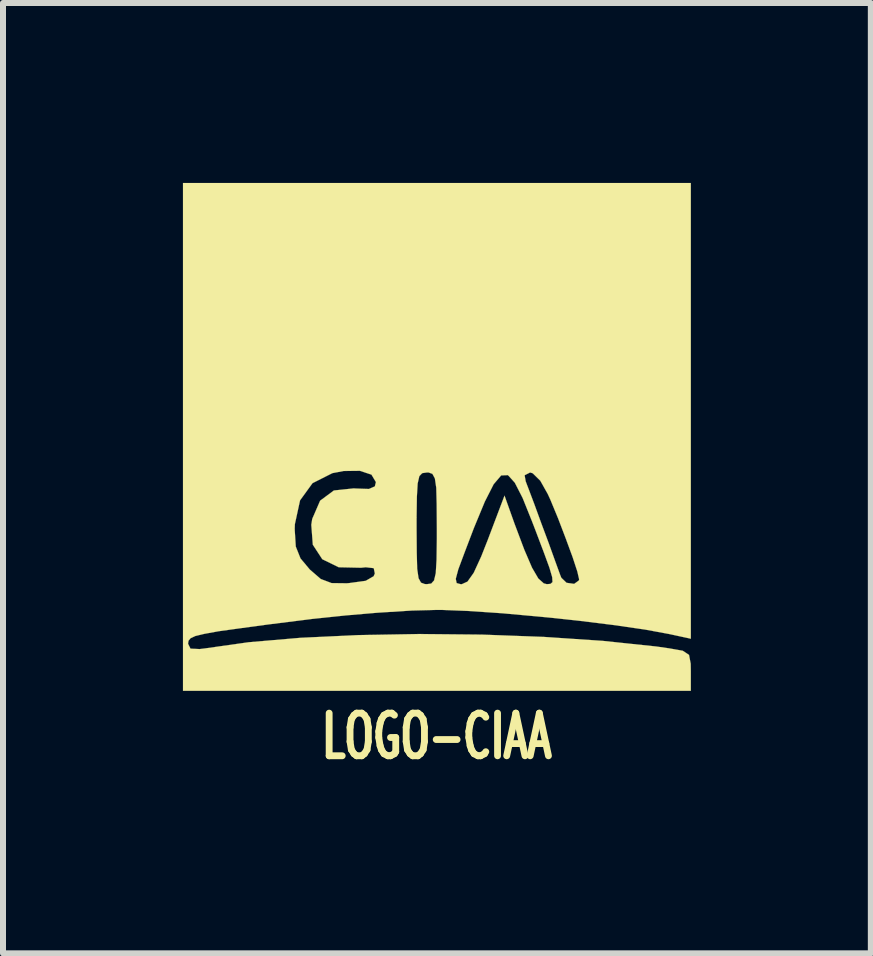
<source format=kicad_pcb>
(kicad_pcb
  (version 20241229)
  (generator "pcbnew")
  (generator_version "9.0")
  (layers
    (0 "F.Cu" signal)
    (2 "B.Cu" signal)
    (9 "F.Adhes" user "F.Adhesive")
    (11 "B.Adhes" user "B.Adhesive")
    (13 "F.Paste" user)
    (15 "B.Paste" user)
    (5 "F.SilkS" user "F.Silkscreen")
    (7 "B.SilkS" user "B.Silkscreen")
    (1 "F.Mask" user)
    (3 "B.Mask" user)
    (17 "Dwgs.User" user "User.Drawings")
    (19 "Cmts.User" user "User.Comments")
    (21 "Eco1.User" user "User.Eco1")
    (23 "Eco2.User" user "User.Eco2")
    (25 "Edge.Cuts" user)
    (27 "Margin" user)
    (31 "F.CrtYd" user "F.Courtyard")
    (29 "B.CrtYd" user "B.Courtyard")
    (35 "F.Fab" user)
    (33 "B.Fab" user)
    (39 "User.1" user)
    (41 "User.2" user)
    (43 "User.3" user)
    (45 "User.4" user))
  (footprint "LOGO-CIAA"
    (layer "F.Cu")
    (at 4.233 4.233)
    (property "Reference" "LOGO-CIAA" (at 0 4.994 0) (layer "F.SilkS") (effects (font (size 0.711 0.457) (thickness 0.114))))
    (attr through_hole)
    (fp_poly (pts (xy 4.234 4.234) (xy 0 4.234) (xy -4.232 4.234) (xy -4.232 0) (xy -4.232 -4.232) (xy 0 -4.232) (xy 4.234 -4.232) (xy 4.234 -0.434) (xy 4.234 3.365) (xy 3.873 3.287) (xy 3.472 3.213) (xy 2.946 3.137) (xy 2.372 3.066) (xy 2.372 2.375) (xy 2.342 2.245) (xy 2.263 2.004) (xy 2.149 1.694) (xy 2.022 1.361) (xy 1.892 1.046) (xy 1.849 0.953) (xy 1.725 0.732) (xy 1.598 0.607) (xy 1.554 0.594) (xy 1.463 0.64) (xy 1.481 0.742) (xy 1.532 0.876) (xy 1.626 1.125) (xy 1.74 1.438) (xy 1.862 1.765) (xy 1.971 2.068) (xy 2.052 2.291) (xy 2.075 2.349) (xy 2.162 2.433) (xy 2.289 2.451) (xy 2.367 2.395) (xy 2.372 2.375) (xy 2.372 3.066) (xy 2.344 3.063) (xy 1.928 3.018) (xy 1.928 2.421) (xy 1.923 2.339) (xy 1.877 2.182) (xy 1.783 1.925) (xy 1.638 1.542) (xy 1.582 1.397) (xy 1.43 1.019) (xy 1.3 0.765) (xy 1.186 0.638) (xy 1.072 0.643) (xy 0.947 0.79) (xy 0.8 1.079) (xy 0.617 1.521) (xy 0.462 1.928) (xy 0.358 2.207) (xy 0.315 2.367) (xy 0.33 2.438) (xy 0.396 2.456) (xy 0.417 2.456) (xy 0.511 2.413) (xy 0.615 2.266) (xy 0.739 1.996) (xy 0.848 1.72) (xy 1.128 0.98) (xy 1.293 1.443) (xy 1.458 1.882) (xy 1.587 2.182) (xy 1.692 2.362) (xy 1.783 2.443) (xy 1.834 2.456) (xy 1.895 2.451) (xy 1.928 2.421) (xy 1.928 3.018) (xy 1.709 2.997) (xy 1.09 2.941) (xy 0.531 2.903) (xy 0.079 2.885) (xy 0 2.885) (xy 0 1.699) (xy 0 1.524) (xy -0.003 1.118) (xy -0.01 0.848) (xy -0.033 0.693) (xy -0.074 0.617) (xy -0.137 0.594) (xy -0.168 0.594) (xy -0.244 0.605) (xy -0.292 0.655) (xy -0.32 0.777) (xy -0.333 0.998) (xy -0.338 1.349) (xy -0.338 1.524) (xy -0.335 1.933) (xy -0.328 2.2) (xy -0.305 2.357) (xy -0.264 2.431) (xy -0.201 2.454) (xy -0.168 2.456) (xy -0.094 2.446) (xy -0.046 2.393) (xy -0.018 2.271) (xy -0.005 2.05) (xy 0 1.699) (xy 0 2.885) (xy -0.419 2.896) (xy -0.945 2.929) (xy -1.016 2.934) (xy -1.016 0.754) (xy -1.09 0.63) (xy -1.283 0.566) (xy -1.554 0.569) (xy -1.742 0.605) (xy -2.073 0.772) (xy -2.281 1.059) (xy -2.367 1.455) (xy -2.37 1.542) (xy -2.352 1.829) (xy -2.273 2.027) (xy -2.118 2.212) (xy -1.935 2.37) (xy -1.755 2.438) (xy -1.501 2.441) (xy -1.463 2.438) (xy -1.186 2.4) (xy -1.054 2.324) (xy -1.034 2.278) (xy -1.052 2.189) (xy -1.184 2.174) (xy -1.265 2.182) (xy -1.636 2.174) (xy -1.91 2.04) (xy -2.068 1.798) (xy -2.093 1.466) (xy -2.078 1.369) (xy -1.946 1.064) (xy -1.717 0.894) (xy -1.384 0.859) (xy -1.359 0.861) (xy -1.133 0.869) (xy -1.034 0.826) (xy -1.016 0.754) (xy -1.016 2.934) (xy -1.519 2.977) (xy -2.075 3.035) (xy -2.2 3.051) (xy -2.822 3.129) (xy -3.294 3.193) (xy -3.64 3.241) (xy -3.876 3.284) (xy -4.026 3.32) (xy -4.107 3.358) (xy -4.14 3.399) (xy -4.148 3.447) (xy -4.148 3.449) (xy -4.107 3.531) (xy -3.955 3.538) (xy -3.873 3.528) (xy -3.137 3.424) (xy -2.273 3.35) (xy -1.311 3.305) (xy -0.292 3.287) (xy 0.752 3.297) (xy 1.781 3.335) (xy 2.764 3.401) (xy 3.658 3.495) (xy 3.873 3.526) (xy 4.1 3.566) (xy 4.204 3.635) (xy 4.232 3.782) (xy 4.234 3.904) (xy 4.234 4.234)) (stroke (width 0.003) (type solid)) (fill yes) (layer "F.SilkS")))
  (gr_rect
    (start -3 -3)
    (end 11.468 12.843)
    (stroke (width 0.1) (type default))
    (fill no)
    (layer "Edge.Cuts")))
</source>
